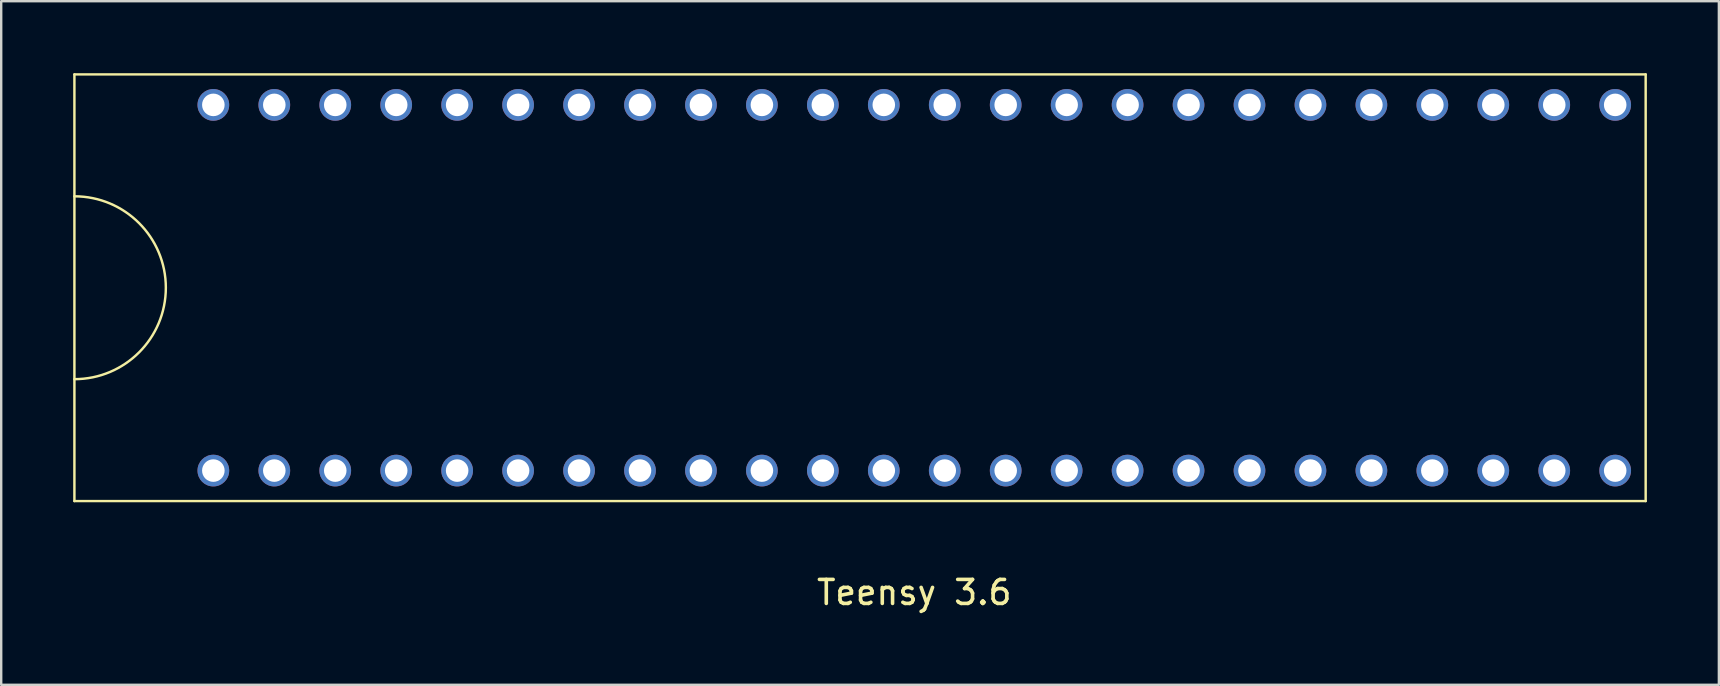
<source format=kicad_pcb>
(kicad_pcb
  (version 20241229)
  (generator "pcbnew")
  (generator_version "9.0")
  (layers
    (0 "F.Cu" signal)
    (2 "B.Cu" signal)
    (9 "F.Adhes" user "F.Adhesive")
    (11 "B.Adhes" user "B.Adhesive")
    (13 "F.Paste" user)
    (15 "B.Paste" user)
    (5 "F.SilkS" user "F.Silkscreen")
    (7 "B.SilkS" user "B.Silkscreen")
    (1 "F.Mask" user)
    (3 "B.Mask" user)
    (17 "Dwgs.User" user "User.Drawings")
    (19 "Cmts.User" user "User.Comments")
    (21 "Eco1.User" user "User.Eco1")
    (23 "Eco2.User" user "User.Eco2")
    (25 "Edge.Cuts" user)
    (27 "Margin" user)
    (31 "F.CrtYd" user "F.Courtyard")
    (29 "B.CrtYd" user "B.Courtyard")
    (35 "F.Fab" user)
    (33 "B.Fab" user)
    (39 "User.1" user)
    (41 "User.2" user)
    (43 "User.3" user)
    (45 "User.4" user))
  (footprint "Teensy 3.6"
    (layer "F.Cu")
    (at 35.051 8.941)
    (property "Reference" "Teensy 3.6" (at 0 12.7 0) (layer "F.SilkS") (effects (font (size 1 1) (thickness 0.15))))
    (attr through_hole)
    (fp_line (start -35 -8.89) (end -35 8.89) (stroke (width 0.102) (type solid)) (layer "F.SilkS"))
    (fp_line (start -35 -8.89) (end 30.48 -8.89) (stroke (width 0.102) (type solid)) (layer "F.SilkS"))
    (fp_line (start -35 8.89) (end 30.48 8.89) (stroke (width 0.102) (type solid)) (layer "F.SilkS"))
    (fp_line (start 30.48 8.89) (end 30.48 -8.89) (stroke (width 0.102) (type solid)) (layer "F.SilkS"))
    (fp_arc (start -35 -3.81) (mid -31.19 0) (end -35 3.81) (stroke (width 0.1016) (type solid)) (layer "F.SilkS"))
    (pad "0" thru_hole circle (at 26.67 -7.62) (size 1.321 1.321) (drill 0.94) (layers "*.Cu" "*.Mask"))
    (pad "1" thru_hole circle (at 24.13 -7.62) (size 1.321 1.321) (drill 0.94) (layers "*.Cu" "*.Mask"))
    (pad "2" thru_hole circle (at 21.59 -7.62) (size 1.321 1.321) (drill 0.94) (layers "*.Cu" "*.Mask"))
    (pad "3" thru_hole circle (at 19.05 -7.62) (size 1.321 1.321) (drill 0.94) (layers "*.Cu" "*.Mask"))
    (pad "4" thru_hole circle (at 16.51 -7.62) (size 1.321 1.321) (drill 0.94) (layers "*.Cu" "*.Mask"))
    (pad "5" thru_hole circle (at 13.97 -7.62) (size 1.321 1.321) (drill 0.94) (layers "*.Cu" "*.Mask"))
    (pad "6" thru_hole circle (at 11.43 -7.62) (size 1.321 1.321) (drill 0.94) (layers "*.Cu" "*.Mask"))
    (pad "7" thru_hole circle (at 8.89 -7.62) (size 1.321 1.321) (drill 0.94) (layers "*.Cu" "*.Mask"))
    (pad "8" thru_hole circle (at 6.35 -7.62) (size 1.321 1.321) (drill 0.94) (layers "*.Cu" "*.Mask"))
    (pad "9" thru_hole circle (at 3.81 -7.62) (size 1.321 1.321) (drill 0.94) (layers "*.Cu" "*.Mask"))
    (pad "10" thru_hole circle (at 1.27 -7.62) (size 1.321 1.321) (drill 0.94) (layers "*.Cu" "*.Mask"))
    (pad "11" thru_hole circle (at -1.27 -7.62) (size 1.321 1.321) (drill 0.94) (layers "*.Cu" "*.Mask"))
    (pad "12" thru_hole circle (at -3.81 -7.62) (size 1.321 1.321) (drill 0.94) (layers "*.Cu" "*.Mask"))
    (pad "13" thru_hole circle (at -3.81 7.62) (size 1.321 1.321) (drill 0.94) (layers "*.Cu" "*.Mask"))
    (pad "14" thru_hole circle (at -1.27 7.62) (size 1.321 1.321) (drill 0.94) (layers "*.Cu" "*.Mask"))
    (pad "15" thru_hole circle (at 1.27 7.62) (size 1.321 1.321) (drill 0.94) (layers "*.Cu" "*.Mask"))
    (pad "16" thru_hole circle (at 3.81 7.62) (size 1.321 1.321) (drill 0.94) (layers "*.Cu" "*.Mask"))
    (pad "17" thru_hole circle (at 6.35 7.62) (size 1.321 1.321) (drill 0.94) (layers "*.Cu" "*.Mask"))
    (pad "18" thru_hole circle (at 8.89 7.62) (size 1.321 1.321) (drill 0.94) (layers "*.Cu" "*.Mask"))
    (pad "19" thru_hole circle (at 11.43 7.62) (size 1.321 1.321) (drill 0.94) (layers "*.Cu" "*.Mask"))
    (pad "20" thru_hole circle (at 13.97 7.62) (size 1.321 1.321) (drill 0.94) (layers "*.Cu" "*.Mask"))
    (pad "21" thru_hole circle (at 16.51 7.62) (size 1.321 1.321) (drill 0.94) (layers "*.Cu" "*.Mask"))
    (pad "22" thru_hole circle (at 19.05 7.62) (size 1.321 1.321) (drill 0.94) (layers "*.Cu" "*.Mask"))
    (pad "23" thru_hole circle (at 21.59 7.62) (size 1.321 1.321) (drill 0.94) (layers "*.Cu" "*.Mask"))
    (pad "24" thru_hole circle (at -8.89 -7.62) (size 1.321 1.321) (drill 0.94) (layers "*.Cu" "*.Mask"))
    (pad "25" thru_hole circle (at -11.43 -7.62) (size 1.321 1.321) (drill 0.94) (layers "*.Cu" "*.Mask"))
    (pad "26" thru_hole circle (at -13.97 -7.62) (size 1.321 1.321) (drill 0.94) (layers "*.Cu" "*.Mask"))
    (pad "27" thru_hole circle (at -16.51 -7.62) (size 1.321 1.321) (drill 0.94) (layers "*.Cu" "*.Mask"))
    (pad "28" thru_hole circle (at -19.05 -7.62) (size 1.321 1.321) (drill 0.94) (layers "*.Cu" "*.Mask"))
    (pad "29" thru_hole circle (at -21.59 -7.62) (size 1.321 1.321) (drill 0.94) (layers "*.Cu" "*.Mask"))
    (pad "30" thru_hole circle (at -24.13 -7.62) (size 1.321 1.321) (drill 0.94) (layers "*.Cu" "*.Mask"))
    (pad "31" thru_hole circle (at -26.67 -7.62) (size 1.321 1.321) (drill 0.94) (layers "*.Cu" "*.Mask"))
    (pad "32" thru_hole circle (at -29.21 -7.62) (size 1.321 1.321) (drill 0.94) (layers "*.Cu" "*.Mask"))
    (pad "33" thru_hole circle (at -29.21 7.62) (size 1.321 1.321) (drill 0.94) (layers "*.Cu" "*.Mask"))
    (pad "34" thru_hole circle (at -26.67 7.62) (size 1.321 1.321) (drill 0.94) (layers "*.Cu" "*.Mask"))
    (pad "35" thru_hole circle (at -24.13 7.62) (size 1.321 1.321) (drill 0.94) (layers "*.Cu" "*.Mask"))
    (pad "36" thru_hole circle (at -21.59 7.62) (size 1.321 1.321) (drill 0.94) (layers "*.Cu" "*.Mask"))
    (pad "37" thru_hole circle (at -19.05 7.62) (size 1.321 1.321) (drill 0.94) (layers "*.Cu" "*.Mask"))
    (pad "38" thru_hole circle (at -16.51 7.62) (size 1.321 1.321) (drill 0.94) (layers "*.Cu" "*.Mask"))
    (pad "39" thru_hole circle (at -13.97 7.62) (size 1.321 1.321) (drill 0.94) (layers "*.Cu" "*.Mask"))
    (pad "40" thru_hole circle (at 29.21 7.62) (size 1.321 1.321) (drill 0.94) (layers "*.Cu" "*.Mask"))
    (pad "41" thru_hole circle (at 26.67 7.62) (size 1.321 1.321) (drill 0.94) (layers "*.Cu" "*.Mask"))
    (pad "42" thru_hole circle (at 24.13 7.62) (size 1.321 1.321) (drill 0.94) (layers "*.Cu" "*.Mask"))
    (pad "43" thru_hole circle (at -6.35 7.62) (size 1.321 1.321) (drill 0.94) (layers "*.Cu" "*.Mask"))
    (pad "44" thru_hole circle (at -8.89 7.62) (size 1.321 1.321) (drill 0.94) (layers "*.Cu" "*.Mask"))
    (pad "45" thru_hole circle (at -11.43 7.62) (size 1.321 1.321) (drill 0.94) (layers "*.Cu" "*.Mask"))
    (pad "46" thru_hole circle (at 29.21 -7.62) (size 1.321 1.321) (drill 0.94) (layers "*.Cu" "*.Mask"))
    (pad "47" thru_hole circle (at -6.35 -7.62) (size 1.321 1.321) (drill 0.94) (layers "*.Cu" "*.Mask")))
  (gr_rect
    (start -3 -3)
    (end 68.582 25.489)
    (stroke (width 0.1) (type default))
    (fill no)
    (layer "Edge.Cuts")))
</source>
